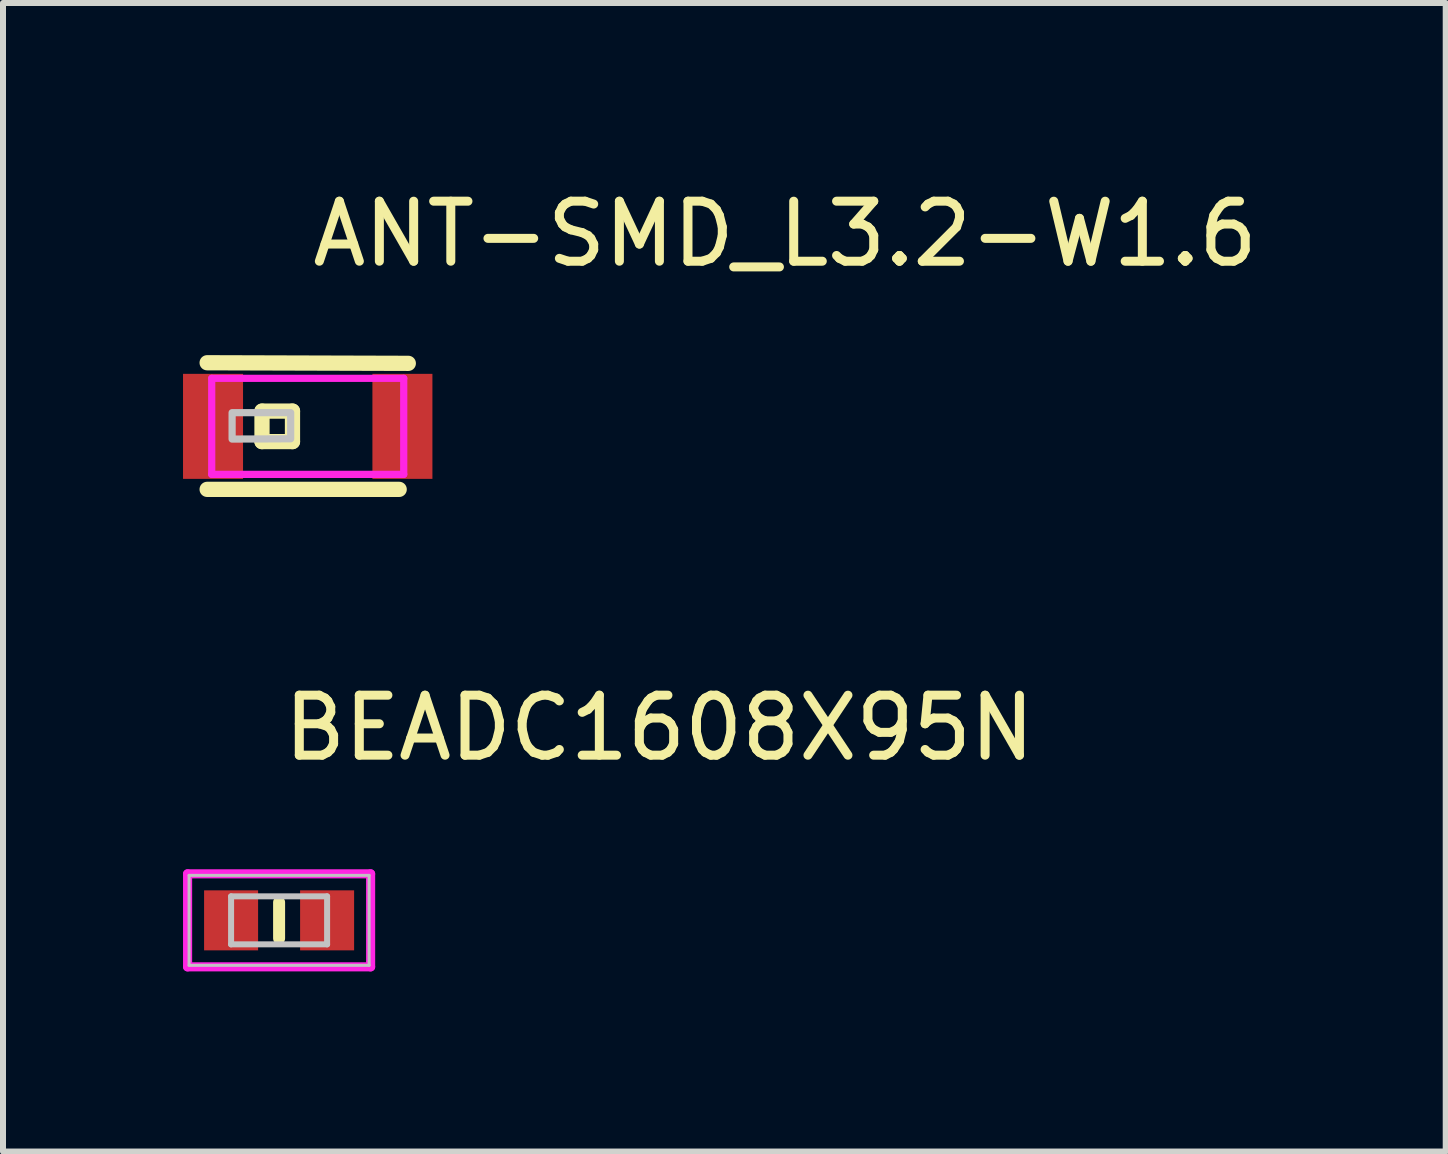
<source format=kicad_pcb>
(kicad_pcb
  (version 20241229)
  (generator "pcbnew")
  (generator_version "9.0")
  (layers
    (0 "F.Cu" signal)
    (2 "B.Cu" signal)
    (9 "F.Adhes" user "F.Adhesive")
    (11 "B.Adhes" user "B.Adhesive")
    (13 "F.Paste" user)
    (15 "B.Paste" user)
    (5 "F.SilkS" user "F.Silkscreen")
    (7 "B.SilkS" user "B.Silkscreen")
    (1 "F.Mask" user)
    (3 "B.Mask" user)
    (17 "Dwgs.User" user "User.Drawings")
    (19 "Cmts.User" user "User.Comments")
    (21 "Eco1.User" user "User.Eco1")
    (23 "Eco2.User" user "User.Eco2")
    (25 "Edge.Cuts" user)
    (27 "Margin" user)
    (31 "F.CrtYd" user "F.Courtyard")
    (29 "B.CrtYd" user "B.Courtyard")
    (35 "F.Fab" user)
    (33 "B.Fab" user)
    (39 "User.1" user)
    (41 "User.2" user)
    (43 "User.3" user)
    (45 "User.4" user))
  (footprint "BEADC1608X95N"
    (layer "F.Cu")
    (at 1.601 12.287)
    (property "Reference" "BEADC1608X95N" (at 0 -3.207 0) (layer "F.SilkS") (effects (font (size 1 1) (thickness 0.15)) (justify left)))
    (attr through_hole)
    (fp_line (start 0 -0.3) (end 0 0.3) (stroke (width 0.2) (type solid)) (layer "F.SilkS"))
    (fp_line (start -1.5 -0.75) (end 1.5 -0.75) (stroke (width 0.05) (type solid)) (layer "Dwgs.User"))
    (fp_line (start -1.5 0.75) (end -1.5 -0.75) (stroke (width 0.05) (type solid)) (layer "Dwgs.User"))
    (fp_line (start -0.8 -0.4) (end 0.8 -0.4) (stroke (width 0.1) (type solid)) (layer "Dwgs.User"))
    (fp_line (start -0.8 0.4) (end -0.8 -0.4) (stroke (width 0.1) (type solid)) (layer "Dwgs.User"))
    (fp_line (start 0.8 -0.4) (end 0.8 0.4) (stroke (width 0.1) (type solid)) (layer "Dwgs.User"))
    (fp_line (start 0.8 0.4) (end -0.8 0.4) (stroke (width 0.1) (type solid)) (layer "Dwgs.User"))
    (fp_line (start 1.5 -0.75) (end 1.5 0.75) (stroke (width 0.05) (type solid)) (layer "Dwgs.User"))
    (fp_line (start 1.5 0.75) (end -1.5 0.75) (stroke (width 0.05) (type solid)) (layer "Dwgs.User"))
    (fp_line (start -1.525 -0.775) (end 1.525 -0.775) (stroke (width 0.152) (type solid)) (layer "F.CrtYd"))
    (fp_line (start -1.525 0.775) (end -1.525 -0.775) (stroke (width 0.152) (type solid)) (layer "F.CrtYd"))
    (fp_line (start 1.525 -0.775) (end 1.525 0.775) (stroke (width 0.152) (type solid)) (layer "F.CrtYd"))
    (fp_line (start 1.525 0.775) (end -1.525 0.775) (stroke (width 0.152) (type solid)) (layer "F.CrtYd"))
    (pad "1" smd rect (at -0.8 0 90) (size 1 0.9) (layers "F.Cu" "F.Mask" "F.Paste"))
    (pad "2" smd rect (at 0.8 0 90) (size 1 0.9) (layers "F.Cu" "F.Mask" "F.Paste")))
  (footprint "ANT-SMD_L3.2-W1.6"
    (layer "F.Cu")
    (at 2.078 4.055)
    (property "Reference" "ANT-SMD_L3.2-W1.6" (at 0 -3.207 0) (layer "F.SilkS") (effects (font (size 1 1) (thickness 0.15)) (justify left)))
    (attr through_hole)
    (fp_line (start -1.676 -1.06) (end 1.676 -1.05) (stroke (width 0.254) (type solid)) (layer "F.SilkS"))
    (fp_line (start -0.762 -0.254) (end -0.762 0.254) (stroke (width 0.254) (type solid)) (layer "F.SilkS"))
    (fp_line (start -0.762 0.254) (end -0.254 0.254) (stroke (width 0.254) (type solid)) (layer "F.SilkS"))
    (fp_line (start -0.254 -0.254) (end -0.762 -0.254) (stroke (width 0.254) (type solid)) (layer "F.SilkS"))
    (fp_line (start -0.254 0.254) (end -0.254 -0.254) (stroke (width 0.254) (type solid)) (layer "F.SilkS"))
    (fp_line (start 1.524 1.05) (end -1.676 1.05) (stroke (width 0.254) (type solid)) (layer "F.SilkS"))
    (fp_poly (pts (xy -1.26 -0.228) (xy -0.284 -0.228) (xy -0.284 0.207) (xy -1.26 0.212) (xy -1.26 0.18)) (stroke (width 0.12) (type solid)) (fill no) (layer "Dwgs.User"))
    (fp_circle (center -1.6 0.8) (end -1.57 0.8) (stroke (width 0.06) (type solid)) (fill no) (layer "Eco2.User"))
    (fp_poly (pts (xy -1.6 -0.8) (xy -1.1 -0.8) (xy -1.1 0.8) (xy -1.6 0.8)) (stroke (width 0.12) (type solid)) (fill no) (layer "Eco2.User"))
    (fp_poly (pts (xy 1.1 -0.8) (xy 1.6 -0.8) (xy 1.6 0.8) (xy 1.1 0.8)) (stroke (width 0.12) (type solid)) (fill no) (layer "Eco2.User"))
    (fp_line (start -1.6 -0.8) (end 1.6 -0.8) (stroke (width 0.12) (type solid)) (layer "F.CrtYd"))
    (fp_line (start -1.6 0.8) (end -1.6 -0.8) (stroke (width 0.12) (type solid)) (layer "F.CrtYd"))
    (fp_line (start 1.6 -0.8) (end 1.6 0.8) (stroke (width 0.12) (type solid)) (layer "F.CrtYd"))
    (fp_line (start 1.6 0.8) (end -1.6 0.8) (stroke (width 0.12) (type solid)) (layer "F.CrtYd"))
    (pad "1" smd rect (at -1.578 0) (size 1 1.75) (layers "F.Cu" "F.Mask" "F.Paste"))
    (pad "2" smd rect (at 1.578 0) (size 1 1.75) (layers "F.Cu" "F.Mask" "F.Paste")))
  (gr_rect
    (start -3 -3)
    (end 21.042 16.139)
    (stroke (width 0.1) (type default))
    (fill no)
    (layer "Edge.Cuts")))
</source>
